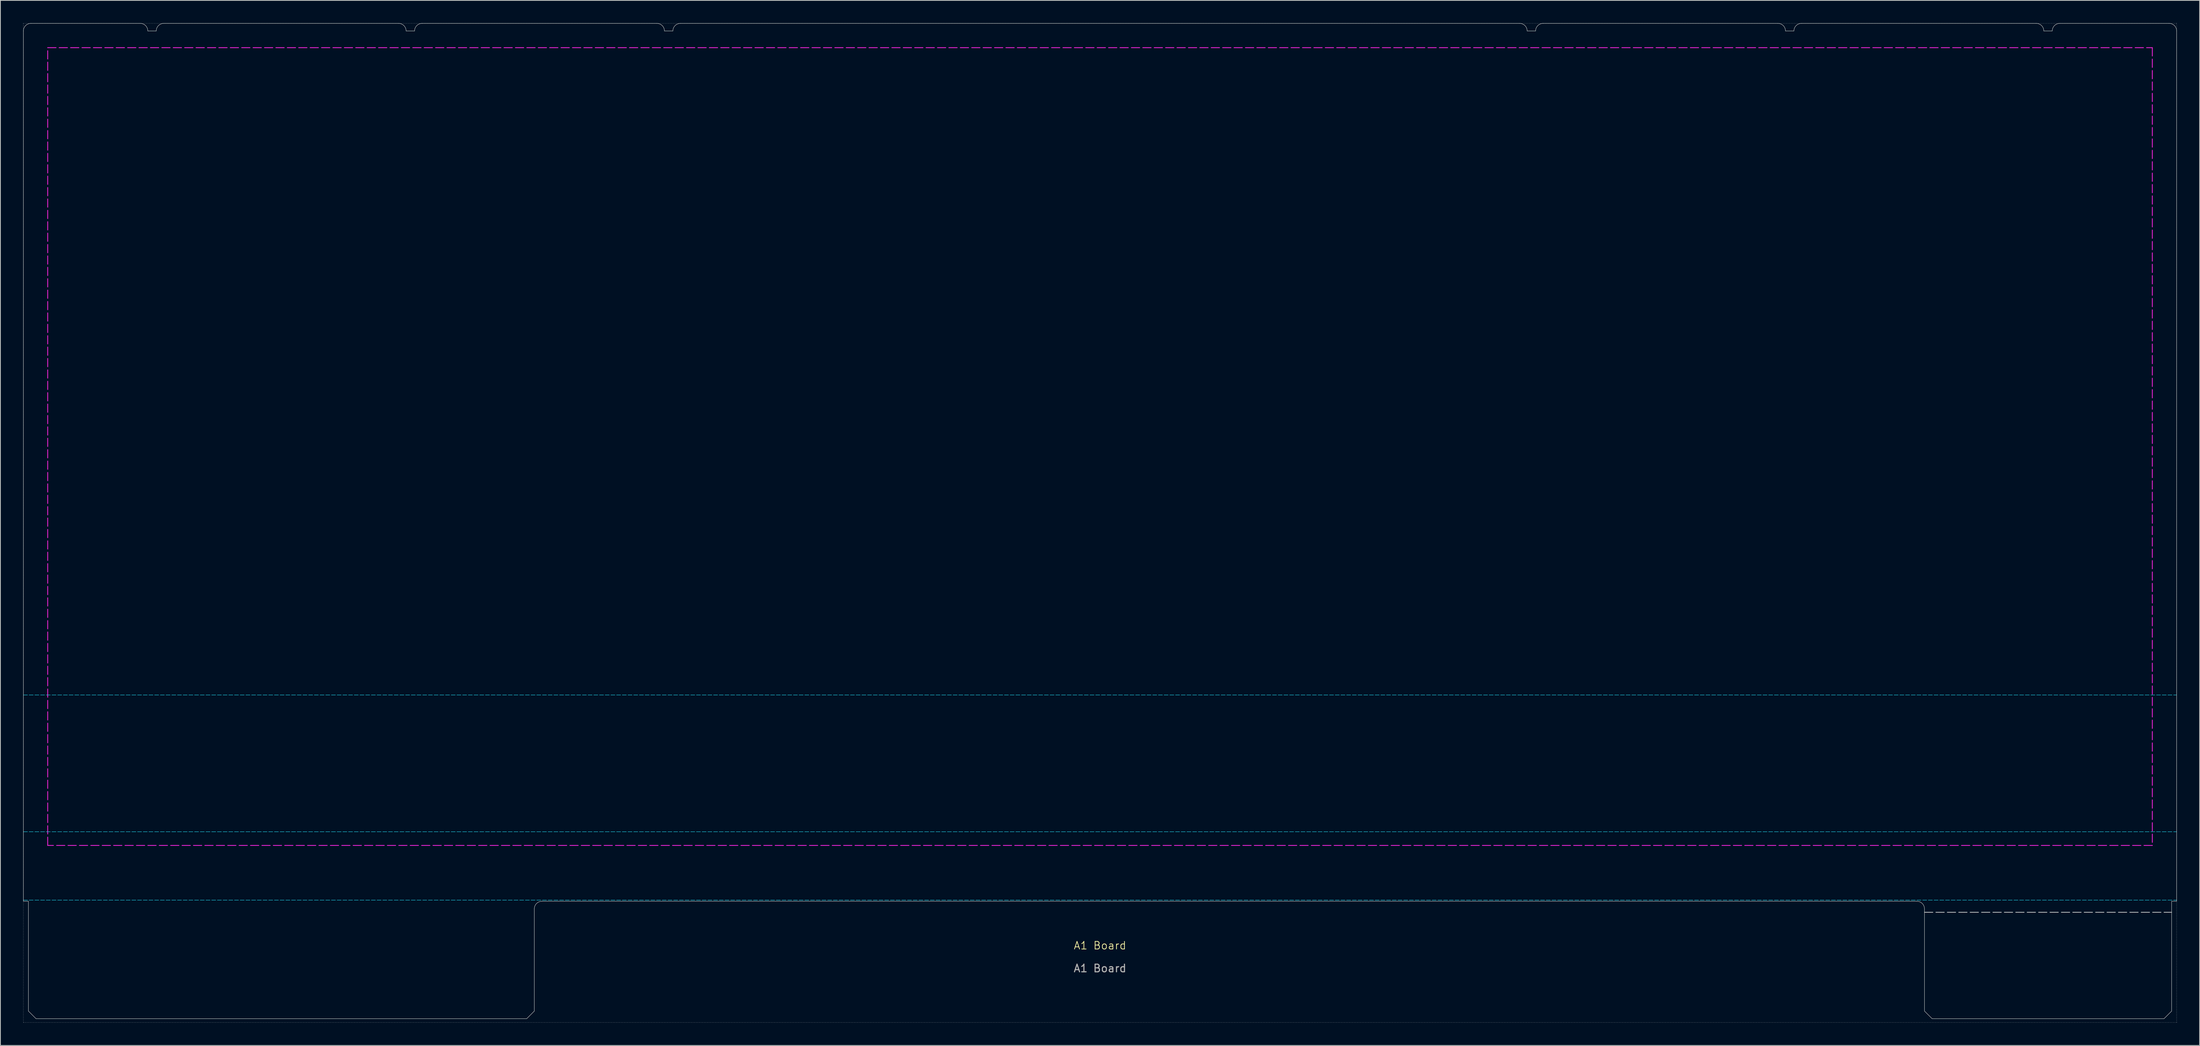
<source format=kicad_pcb>
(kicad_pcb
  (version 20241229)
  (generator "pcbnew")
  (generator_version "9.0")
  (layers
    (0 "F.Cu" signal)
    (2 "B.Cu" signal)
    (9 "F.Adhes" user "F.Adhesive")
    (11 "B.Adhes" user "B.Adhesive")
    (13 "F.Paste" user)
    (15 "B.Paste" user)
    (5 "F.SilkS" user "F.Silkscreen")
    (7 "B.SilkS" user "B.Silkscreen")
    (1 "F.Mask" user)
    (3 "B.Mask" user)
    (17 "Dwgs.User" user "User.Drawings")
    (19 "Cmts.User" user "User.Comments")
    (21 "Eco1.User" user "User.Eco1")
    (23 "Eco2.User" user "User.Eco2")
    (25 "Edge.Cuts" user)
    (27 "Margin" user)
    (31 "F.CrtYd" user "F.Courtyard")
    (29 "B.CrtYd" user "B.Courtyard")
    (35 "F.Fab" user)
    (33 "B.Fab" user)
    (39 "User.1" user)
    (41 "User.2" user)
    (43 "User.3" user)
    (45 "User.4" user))
  (footprint "A1 Board"
    (layer "F.Cu")
    (at 141.605 58.4)
    (property "Reference" "A1 Board" (at 0 63 0) (unlocked yes) (layer "F.SilkS") (effects (font (size 1 1) (thickness 0.1))))
    (attr smd)
    (fp_line (start 108.42 58.625) (end 140.92 58.625) (stroke (width 0.1) (type dash)) (layer "Dwgs.User"))
    (fp_rect (start -141.58 -58.375) (end 141.58 73.125) (stroke (width 0.05) (type dot)) (fill no) (layer "Dwgs.User"))
    (fp_line (start -141.58 -57.375) (end -141.58 57.175) (stroke (width 0.05) (type solid)) (layer "Edge.Cuts"))
    (fp_line (start -141.58 57.175) (end -140.92 57.175) (stroke (width 0.05) (type solid)) (layer "Edge.Cuts"))
    (fp_line (start -140.92 57.175) (end -140.92 71.625) (stroke (width 0.05) (type solid)) (layer "Edge.Cuts"))
    (fp_line (start -140.92 71.625) (end -139.92 72.625) (stroke (width 0.05) (type solid)) (layer "Edge.Cuts"))
    (fp_line (start -140.58 -58.375) (end -126.22 -58.375) (stroke (width 0.05) (type solid)) (layer "Edge.Cuts"))
    (fp_line (start -139.92 72.625) (end -75.39 72.625) (stroke (width 0.05) (type solid)) (layer "Edge.Cuts"))
    (fp_line (start -125.22 -57.375) (end -124.11 -57.375) (stroke (width 0.05) (type solid)) (layer "Edge.Cuts"))
    (fp_line (start -123.11 -58.375) (end -92.25 -58.375) (stroke (width 0.05) (type solid)) (layer "Edge.Cuts"))
    (fp_line (start -91.25 -57.375) (end -90.14 -57.375) (stroke (width 0.05) (type solid)) (layer "Edge.Cuts"))
    (fp_line (start -89.14 -58.375) (end -58.28 -58.375) (stroke (width 0.05) (type solid)) (layer "Edge.Cuts"))
    (fp_line (start -75.39 72.625) (end -74.39 71.625) (stroke (width 0.05) (type solid)) (layer "Edge.Cuts"))
    (fp_line (start -74.39 71.625) (end -74.39 58.175) (stroke (width 0.05) (type solid)) (layer "Edge.Cuts"))
    (fp_line (start -73.39 57.175) (end 107.42 57.175) (stroke (width 0.05) (type solid)) (layer "Edge.Cuts"))
    (fp_line (start -57.28 -57.375) (end -56.17 -57.375) (stroke (width 0.05) (type solid)) (layer "Edge.Cuts"))
    (fp_line (start -55.17 -58.375) (end 55.17 -58.375) (stroke (width 0.05) (type default)) (layer "Edge.Cuts"))
    (fp_line (start 56.17 -57.375) (end 57.28 -57.375) (stroke (width 0.05) (type solid)) (layer "Edge.Cuts"))
    (fp_line (start 58.28 -58.375) (end 89.14 -58.375) (stroke (width 0.05) (type solid)) (layer "Edge.Cuts"))
    (fp_line (start 90.14 -57.375) (end 91.25 -57.375) (stroke (width 0.05) (type solid)) (layer "Edge.Cuts"))
    (fp_line (start 92.25 -58.375) (end 123.11 -58.375) (stroke (width 0.05) (type solid)) (layer "Edge.Cuts"))
    (fp_line (start 108.42 58.175) (end 108.42 71.625) (stroke (width 0.05) (type solid)) (layer "Edge.Cuts"))
    (fp_line (start 108.42 71.625) (end 109.42 72.625) (stroke (width 0.05) (type solid)) (layer "Edge.Cuts"))
    (fp_line (start 109.42 72.625) (end 139.92 72.625) (stroke (width 0.05) (type solid)) (layer "Edge.Cuts"))
    (fp_line (start 124.11 -57.375) (end 125.22 -57.375) (stroke (width 0.05) (type solid)) (layer "Edge.Cuts"))
    (fp_line (start 126.22 -58.375) (end 140.58 -58.375) (stroke (width 0.05) (type solid)) (layer "Edge.Cuts"))
    (fp_line (start 139.92 72.625) (end 140.92 71.625) (stroke (width 0.05) (type solid)) (layer "Edge.Cuts"))
    (fp_line (start 140.92 57.175) (end 141.58 57.175) (stroke (width 0.05) (type solid)) (layer "Edge.Cuts"))
    (fp_line (start 140.92 71.625) (end 140.92 57.175) (stroke (width 0.05) (type solid)) (layer "Edge.Cuts"))
    (fp_line (start 141.58 57.175) (end 141.58 -57.375) (stroke (width 0.05) (type solid)) (layer "Edge.Cuts"))
    (fp_arc (start -141.58 -57.375) (mid -141.287107 -58.082107) (end -140.58 -58.375) (stroke (width 0.05) (type solid)) (layer "Edge.Cuts"))
    (fp_arc (start -126.22 -58.375) (mid -125.512893 -58.082107) (end -125.22 -57.375) (stroke (width 0.05) (type solid)) (layer "Edge.Cuts"))
    (fp_arc (start -124.11 -57.375) (mid -123.817107 -58.082107) (end -123.11 -58.375) (stroke (width 0.05) (type solid)) (layer "Edge.Cuts"))
    (fp_arc (start -92.25 -58.375) (mid -91.542893 -58.082107) (end -91.25 -57.375) (stroke (width 0.05) (type solid)) (layer "Edge.Cuts"))
    (fp_arc (start -90.14 -57.375) (mid -89.847107 -58.082107) (end -89.14 -58.375) (stroke (width 0.05) (type solid)) (layer "Edge.Cuts"))
    (fp_arc (start -74.39 58.175) (mid -74.097107 57.467893) (end -73.39 57.175) (stroke (width 0.05) (type solid)) (layer "Edge.Cuts"))
    (fp_arc (start -58.28 -58.375) (mid -57.572893 -58.082107) (end -57.28 -57.375) (stroke (width 0.05) (type solid)) (layer "Edge.Cuts"))
    (fp_arc (start -56.17 -57.375) (mid -55.877107 -58.082107) (end -55.17 -58.375) (stroke (width 0.05) (type solid)) (layer "Edge.Cuts"))
    (fp_arc (start 55.17 -58.375) (mid 55.877107 -58.082107) (end 56.17 -57.375) (stroke (width 0.05) (type solid)) (layer "Edge.Cuts"))
    (fp_arc (start 57.28 -57.375) (mid 57.572893 -58.082107) (end 58.28 -58.375) (stroke (width 0.05) (type solid)) (layer "Edge.Cuts"))
    (fp_arc (start 89.14 -58.375) (mid 89.847107 -58.082107) (end 90.14 -57.375) (stroke (width 0.05) (type solid)) (layer "Edge.Cuts"))
    (fp_arc (start 91.25 -57.375) (mid 91.542893 -58.082107) (end 92.25 -58.375) (stroke (width 0.05) (type solid)) (layer "Edge.Cuts"))
    (fp_arc (start 107.42 57.175) (mid 108.127107 57.467893) (end 108.42 58.175) (stroke (width 0.05) (type solid)) (layer "Edge.Cuts"))
    (fp_arc (start 123.11 -58.375) (mid 123.817107 -58.082107) (end 124.11 -57.375) (stroke (width 0.05) (type solid)) (layer "Edge.Cuts"))
    (fp_arc (start 125.22 -57.375) (mid 125.512893 -58.082107) (end 126.22 -58.375) (stroke (width 0.05) (type solid)) (layer "Edge.Cuts"))
    (fp_arc (start 140.58 -58.375) (mid 141.287107 -58.082107) (end 141.58 -57.375) (stroke (width 0.05) (type solid)) (layer "Edge.Cuts"))
    (fp_line (start -140.92 58.625) (end -74.39 58.625) (stroke (width 0.1) (type dash)) (layer "Margin"))
    (fp_line (start 141.58 -57.175) (end -141.58 -57.175) (stroke (width 0.05) (type dash)) (layer "Margin"))
    (fp_line (start 141.58 56.035) (end -141.58 56.035) (stroke (width 0.05) (type dash)) (layer "Margin"))
    (fp_line (start -141.58 30.025) (end 141.58 30.025) (stroke (width 0.05) (type dash)) (layer "B.CrtYd"))
    (fp_line (start -141.58 48.025) (end 141.58 48.025) (stroke (width 0.05) (type dash)) (layer "B.CrtYd"))
    (fp_line (start -141.58 57.025) (end 141.58 57.025) (stroke (width 0.05) (type dash)) (layer "B.CrtYd"))
    (fp_rect (start -138.38 -55.175) (end 138.38 49.825) (stroke (width 0.1) (type dash)) (fill no) (layer "F.CrtYd"))
    (fp_text user "${REFERENCE}" (at 0 66 0) (unlocked yes) (layer "F.Fab") (effects (font (size 1 1) (thickness 0.15)))))
  (gr_rect
    (start -3 -3)
    (end 286.21 134.55)
    (stroke (width 0.1) (type default))
    (fill no)
    (layer "Edge.Cuts")))
</source>
